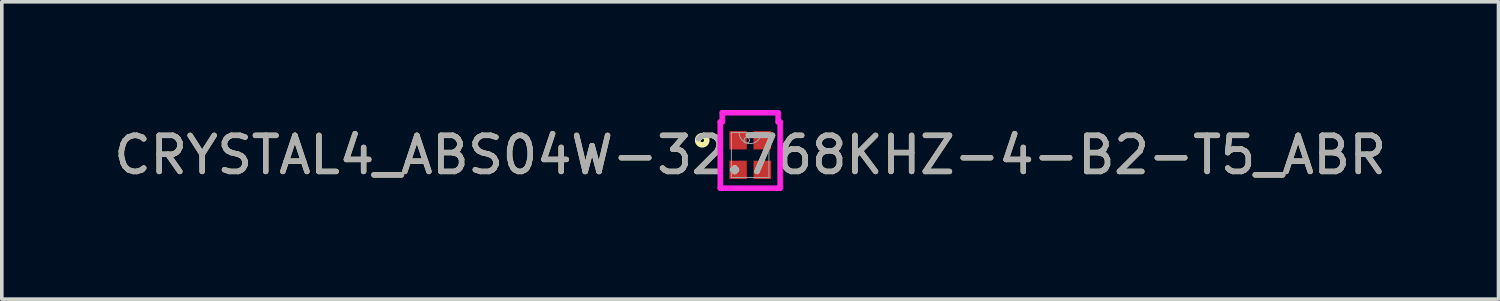
<source format=kicad_pcb>
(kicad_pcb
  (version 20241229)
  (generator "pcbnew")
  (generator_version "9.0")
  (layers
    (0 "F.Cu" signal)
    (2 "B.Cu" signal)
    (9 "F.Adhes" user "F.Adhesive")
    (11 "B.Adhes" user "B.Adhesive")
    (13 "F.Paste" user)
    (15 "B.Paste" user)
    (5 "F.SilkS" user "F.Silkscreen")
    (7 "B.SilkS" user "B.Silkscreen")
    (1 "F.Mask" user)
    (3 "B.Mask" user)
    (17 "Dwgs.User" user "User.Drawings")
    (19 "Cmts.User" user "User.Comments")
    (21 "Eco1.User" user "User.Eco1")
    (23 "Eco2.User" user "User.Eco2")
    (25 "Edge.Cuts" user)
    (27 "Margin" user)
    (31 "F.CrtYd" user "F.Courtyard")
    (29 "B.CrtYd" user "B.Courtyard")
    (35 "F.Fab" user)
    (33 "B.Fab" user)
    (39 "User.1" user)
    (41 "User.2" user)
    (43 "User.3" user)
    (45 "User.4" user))
  (footprint "CRYSTAL4_ABS04W-32.768KHZ-4-B2-T5_ABR"
    (layer "F.Cu")
    (at 17.744 1.248)
    (property "Reference" "CRYSTAL4_ABS04W-32.768KHZ-4-B2-T5_ABR" (at 0 0 0) (unlocked yes) (layer "F.SilkS") (effects (font (size 1 1) (thickness 0.15))))
    (attr smd)
    (fp_circle (center -1.329 -0.41) (end -1.202 -0.41) (stroke (width 0.152) (type solid)) (fill no) (layer "F.SilkS"))
    (fp_line (start -0.83 -0.918) (end -0.775 -0.918) (stroke (width 0.152) (type solid)) (layer "F.CrtYd"))
    (fp_line (start -0.83 0.918) (end -0.83 -0.918) (stroke (width 0.152) (type solid)) (layer "F.CrtYd"))
    (fp_line (start -0.83 0.918) (end -0.775 0.918) (stroke (width 0.152) (type solid)) (layer "F.CrtYd"))
    (fp_line (start -0.775 -1.172) (end 0.775 -1.172) (stroke (width 0.152) (type solid)) (layer "F.CrtYd"))
    (fp_line (start -0.775 -0.918) (end -0.775 -1.172) (stroke (width 0.152) (type solid)) (layer "F.CrtYd"))
    (fp_line (start -0.775 0.918) (end -0.775 0.918) (stroke (width 0.152) (type solid)) (layer "F.CrtYd"))
    (fp_line (start 0.775 -1.172) (end 0.775 -0.918) (stroke (width 0.152) (type solid)) (layer "F.CrtYd"))
    (fp_line (start 0.775 0.918) (end -0.775 0.918) (stroke (width 0.152) (type solid)) (layer "F.CrtYd"))
    (fp_line (start 0.775 0.918) (end 0.775 0.918) (stroke (width 0.152) (type solid)) (layer "F.CrtYd"))
    (fp_line (start 0.83 -0.918) (end 0.775 -0.918) (stroke (width 0.152) (type solid)) (layer "F.CrtYd"))
    (fp_line (start 0.83 -0.918) (end 0.83 0.918) (stroke (width 0.152) (type solid)) (layer "F.CrtYd"))
    (fp_line (start 0.83 0.918) (end 0.775 0.918) (stroke (width 0.152) (type solid)) (layer "F.CrtYd"))
    (fp_line (start -0.521 -0.622) (end -0.521 0.622) (stroke (width 0.025) (type solid)) (layer "F.Fab"))
    (fp_line (start -0.521 0.622) (end 0.521 0.622) (stroke (width 0.025) (type solid)) (layer "F.Fab"))
    (fp_line (start 0.521 -0.622) (end -0.521 -0.622) (stroke (width 0.025) (type solid)) (layer "F.Fab"))
    (fp_line (start 0.521 0.622) (end 0.521 -0.622) (stroke (width 0.025) (type solid)) (layer "F.Fab"))
    (fp_arc (start 0.3048 -0.6223) (mid 0 -0.3175) (end -0.3048 -0.6223) (stroke (width 0.0254) (type solid)) (layer "F.Fab"))
    (fp_circle (center -0.094 -0.41) (end -0.018 -0.41) (stroke (width 0.025) (type solid)) (fill no) (layer "F.Fab"))
    (fp_text user "${REFERENCE}" (at 0 0 0) (unlocked yes) (layer "F.Fab") (effects (font (size 1 1) (thickness 0.15))))
    (pad "1" smd rect (at -0.335 -0.41) (size 0.483 0.508) (layers "F.Cu" "F.Mask" "F.Paste"))
    (pad "2" smd rect (at -0.335 0.41) (size 0.483 0.508) (layers "F.Cu" "F.Mask" "F.Paste"))
    (pad "3" smd rect (at 0.335 0.41) (size 0.483 0.508) (layers "F.Cu" "F.Mask" "F.Paste"))
    (pad "4" smd rect (at 0.335 -0.41) (size 0.483 0.508) (layers "F.Cu" "F.Mask" "F.Paste")))
  (gr_rect
    (start -3 -3)
    (end 38.488 5.242)
    (stroke (width 0.1) (type default))
    (fill no)
    (layer "Edge.Cuts")))
</source>
